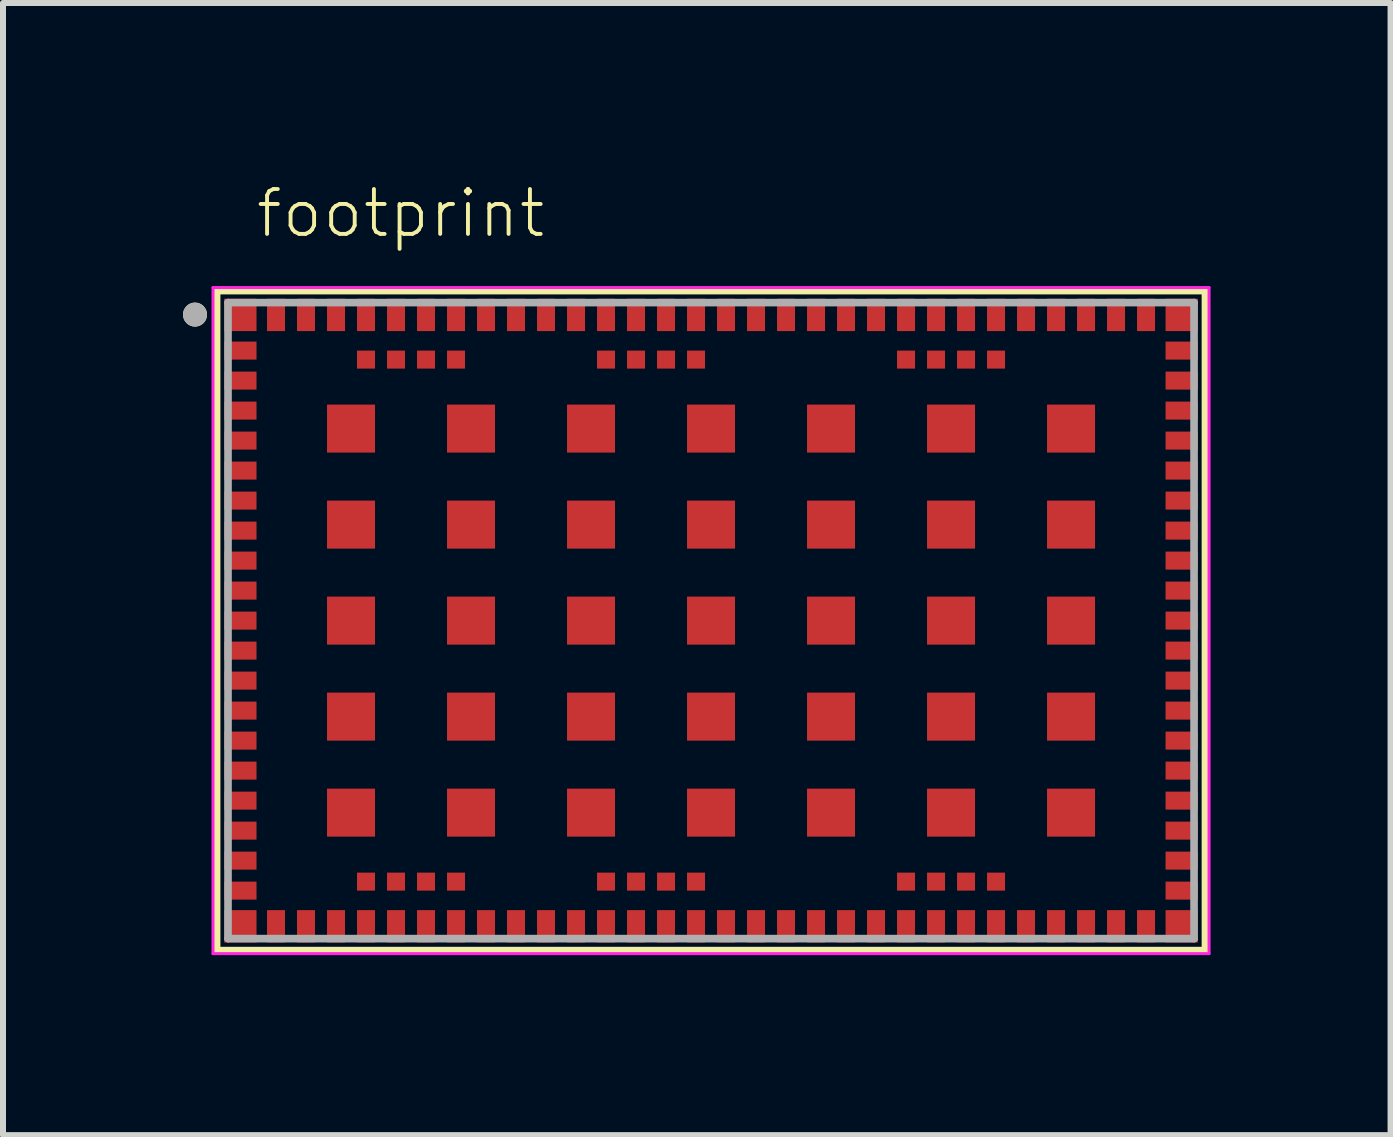
<source format=kicad_pcb>
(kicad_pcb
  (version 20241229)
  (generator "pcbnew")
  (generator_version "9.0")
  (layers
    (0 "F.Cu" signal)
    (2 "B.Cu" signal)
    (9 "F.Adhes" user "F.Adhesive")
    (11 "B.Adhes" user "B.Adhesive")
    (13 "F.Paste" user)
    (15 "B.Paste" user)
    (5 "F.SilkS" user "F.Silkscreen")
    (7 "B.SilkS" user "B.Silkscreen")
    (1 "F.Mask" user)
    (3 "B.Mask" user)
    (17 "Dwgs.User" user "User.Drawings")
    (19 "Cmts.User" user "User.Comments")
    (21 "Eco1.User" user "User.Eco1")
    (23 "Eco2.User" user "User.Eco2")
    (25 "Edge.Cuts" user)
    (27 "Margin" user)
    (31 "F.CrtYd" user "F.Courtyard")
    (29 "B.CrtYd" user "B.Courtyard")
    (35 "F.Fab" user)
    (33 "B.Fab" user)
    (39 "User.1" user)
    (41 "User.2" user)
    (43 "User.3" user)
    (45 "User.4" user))
  (footprint "footprint"
    (layer "F.Cu")
    (at 8.8 7.293)
    (property "Reference" "footprint" (at -7.62 -6.35 0) (layer "F.SilkS") (effects (font (size 0.748 0.748) (thickness 0.065)) (justify left bottom)))
    (fp_poly (pts (xy -8.165 -4.775) (xy -7.525 -4.775) (xy -7.525 -5.415) (xy -8.165 -5.415)) (stroke (width 0) (type solid)) (fill yes) (layer "F.Mask"))
    (fp_poly (pts (xy -8.165 5.415) (xy -7.525 5.415) (xy -7.525 4.775) (xy -8.165 4.775)) (stroke (width 0) (type solid)) (fill yes) (layer "F.Mask"))
    (fp_poly (pts (xy -7.525 -4.3) (xy -7.525 -4.7) (xy -8.165 -4.7) (xy -8.165 -4.3)) (stroke (width 0) (type solid)) (fill yes) (layer "F.Mask"))
    (fp_poly (pts (xy -7.525 -4.3) (xy -7.525 -4.7) (xy -8.165 -4.7) (xy -8.165 -4.3)) (stroke (width 0) (type solid)) (fill yes) (layer "F.Mask"))
    (fp_poly (pts (xy -7.525 -3.8) (xy -7.525 -4.2) (xy -8.165 -4.2) (xy -8.165 -3.8)) (stroke (width 0) (type solid)) (fill yes) (layer "F.Mask"))
    (fp_poly (pts (xy -7.525 -3.3) (xy -7.525 -3.7) (xy -8.165 -3.7) (xy -8.165 -3.3)) (stroke (width 0) (type solid)) (fill yes) (layer "F.Mask"))
    (fp_poly (pts (xy -7.525 -2.8) (xy -7.525 -3.2) (xy -8.165 -3.2) (xy -8.165 -2.8)) (stroke (width 0) (type solid)) (fill yes) (layer "F.Mask"))
    (fp_poly (pts (xy -7.525 -2.3) (xy -7.525 -2.7) (xy -8.165 -2.7) (xy -8.165 -2.3)) (stroke (width 0) (type solid)) (fill yes) (layer "F.Mask"))
    (fp_poly (pts (xy -7.525 -1.8) (xy -7.525 -2.2) (xy -8.165 -2.2) (xy -8.165 -1.8)) (stroke (width 0) (type solid)) (fill yes) (layer "F.Mask"))
    (fp_poly (pts (xy -7.525 -1.3) (xy -7.525 -1.7) (xy -8.165 -1.7) (xy -8.165 -1.3)) (stroke (width 0) (type solid)) (fill yes) (layer "F.Mask"))
    (fp_poly (pts (xy -7.525 -0.8) (xy -7.525 -1.2) (xy -8.165 -1.2) (xy -8.165 -0.8)) (stroke (width 0) (type solid)) (fill yes) (layer "F.Mask"))
    (fp_poly (pts (xy -7.525 -0.3) (xy -7.525 -0.7) (xy -8.165 -0.7) (xy -8.165 -0.3)) (stroke (width 0) (type solid)) (fill yes) (layer "F.Mask"))
    (fp_poly (pts (xy -7.525 0.2) (xy -7.525 -0.2) (xy -8.165 -0.2) (xy -8.165 0.2)) (stroke (width 0) (type solid)) (fill yes) (layer "F.Mask"))
    (fp_poly (pts (xy -7.525 0.7) (xy -7.525 0.3) (xy -8.165 0.3) (xy -8.165 0.7)) (stroke (width 0) (type solid)) (fill yes) (layer "F.Mask"))
    (fp_poly (pts (xy -7.525 1.2) (xy -7.525 0.8) (xy -8.165 0.8) (xy -8.165 1.2)) (stroke (width 0) (type solid)) (fill yes) (layer "F.Mask"))
    (fp_poly (pts (xy -7.525 1.7) (xy -7.525 1.3) (xy -8.165 1.3) (xy -8.165 1.7)) (stroke (width 0) (type solid)) (fill yes) (layer "F.Mask"))
    (fp_poly (pts (xy -7.525 2.2) (xy -7.525 1.8) (xy -8.165 1.8) (xy -8.165 2.2)) (stroke (width 0) (type solid)) (fill yes) (layer "F.Mask"))
    (fp_poly (pts (xy -7.525 2.7) (xy -7.525 2.3) (xy -8.165 2.3) (xy -8.165 2.7)) (stroke (width 0) (type solid)) (fill yes) (layer "F.Mask"))
    (fp_poly (pts (xy -7.525 3.2) (xy -7.525 2.8) (xy -8.165 2.8) (xy -8.165 3.2)) (stroke (width 0) (type solid)) (fill yes) (layer "F.Mask"))
    (fp_poly (pts (xy -7.525 3.7) (xy -7.525 3.3) (xy -8.165 3.3) (xy -8.165 3.7)) (stroke (width 0) (type solid)) (fill yes) (layer "F.Mask"))
    (fp_poly (pts (xy -7.525 4.2) (xy -7.525 3.8) (xy -8.165 3.8) (xy -8.165 4.2)) (stroke (width 0) (type solid)) (fill yes) (layer "F.Mask"))
    (fp_poly (pts (xy -7.525 4.7) (xy -7.525 4.3) (xy -8.165 4.3) (xy -8.165 4.7)) (stroke (width 0) (type solid)) (fill yes) (layer "F.Mask"))
    (fp_poly (pts (xy -7.45 -4.775) (xy -7.05 -4.775) (xy -7.05 -5.415) (xy -7.45 -5.415)) (stroke (width 0) (type solid)) (fill yes) (layer "F.Mask"))
    (fp_poly (pts (xy -7.45 5.415) (xy -7.05 5.415) (xy -7.05 4.775) (xy -7.45 4.775)) (stroke (width 0) (type solid)) (fill yes) (layer "F.Mask"))
    (fp_poly (pts (xy -6.95 -4.775) (xy -6.55 -4.775) (xy -6.55 -5.415) (xy -6.95 -5.415)) (stroke (width 0) (type solid)) (fill yes) (layer "F.Mask"))
    (fp_poly (pts (xy -6.95 5.415) (xy -6.55 5.415) (xy -6.55 4.775) (xy -6.95 4.775)) (stroke (width 0) (type solid)) (fill yes) (layer "F.Mask"))
    (fp_poly (pts (xy -6.45 -4.775) (xy -6.05 -4.775) (xy -6.05 -5.415) (xy -6.45 -5.415)) (stroke (width 0) (type solid)) (fill yes) (layer "F.Mask"))
    (fp_poly (pts (xy -6.45 -2.75) (xy -5.55 -2.75) (xy -5.55 -3.65) (xy -6.45 -3.65)) (stroke (width 0) (type solid)) (fill yes) (layer "F.Mask"))
    (fp_poly (pts (xy -6.45 -1.15) (xy -5.55 -1.15) (xy -5.55 -2.05) (xy -6.45 -2.05)) (stroke (width 0) (type solid)) (fill yes) (layer "F.Mask"))
    (fp_poly (pts (xy -6.45 0.45) (xy -5.55 0.45) (xy -5.55 -0.45) (xy -6.45 -0.45)) (stroke (width 0) (type solid)) (fill yes) (layer "F.Mask"))
    (fp_poly (pts (xy -6.45 2.05) (xy -5.55 2.05) (xy -5.55 1.15) (xy -6.45 1.15)) (stroke (width 0) (type solid)) (fill yes) (layer "F.Mask"))
    (fp_poly (pts (xy -6.45 3.65) (xy -5.55 3.65) (xy -5.55 2.75) (xy -6.45 2.75)) (stroke (width 0) (type solid)) (fill yes) (layer "F.Mask"))
    (fp_poly (pts (xy -6.45 5.415) (xy -6.05 5.415) (xy -6.05 4.775) (xy -6.45 4.775)) (stroke (width 0) (type solid)) (fill yes) (layer "F.Mask"))
    (fp_poly (pts (xy -5.95 -4.775) (xy -5.55 -4.775) (xy -5.55 -5.415) (xy -5.95 -5.415)) (stroke (width 0) (type solid)) (fill yes) (layer "F.Mask"))
    (fp_poly (pts (xy -5.95 -4.15) (xy -5.55 -4.15) (xy -5.55 -4.55) (xy -5.95 -4.55)) (stroke (width 0) (type solid)) (fill yes) (layer "F.Mask"))
    (fp_poly (pts (xy -5.95 4.55) (xy -5.55 4.55) (xy -5.55 4.15) (xy -5.95 4.15)) (stroke (width 0) (type solid)) (fill yes) (layer "F.Mask"))
    (fp_poly (pts (xy -5.95 5.415) (xy -5.55 5.415) (xy -5.55 4.775) (xy -5.95 4.775)) (stroke (width 0) (type solid)) (fill yes) (layer "F.Mask"))
    (fp_poly (pts (xy -5.45 -4.775) (xy -5.05 -4.775) (xy -5.05 -5.415) (xy -5.45 -5.415)) (stroke (width 0) (type solid)) (fill yes) (layer "F.Mask"))
    (fp_poly (pts (xy -5.45 -4.15) (xy -5.05 -4.15) (xy -5.05 -4.55) (xy -5.45 -4.55)) (stroke (width 0) (type solid)) (fill yes) (layer "F.Mask"))
    (fp_poly (pts (xy -5.45 4.55) (xy -5.05 4.55) (xy -5.05 4.15) (xy -5.45 4.15)) (stroke (width 0) (type solid)) (fill yes) (layer "F.Mask"))
    (fp_poly (pts (xy -5.45 5.415) (xy -5.05 5.415) (xy -5.05 4.775) (xy -5.45 4.775)) (stroke (width 0) (type solid)) (fill yes) (layer "F.Mask"))
    (fp_poly (pts (xy -4.95 -4.775) (xy -4.55 -4.775) (xy -4.55 -5.415) (xy -4.95 -5.415)) (stroke (width 0) (type solid)) (fill yes) (layer "F.Mask"))
    (fp_poly (pts (xy -4.95 -4.15) (xy -4.55 -4.15) (xy -4.55 -4.55) (xy -4.95 -4.55)) (stroke (width 0) (type solid)) (fill yes) (layer "F.Mask"))
    (fp_poly (pts (xy -4.95 4.55) (xy -4.55 4.55) (xy -4.55 4.15) (xy -4.95 4.15)) (stroke (width 0) (type solid)) (fill yes) (layer "F.Mask"))
    (fp_poly (pts (xy -4.95 5.415) (xy -4.55 5.415) (xy -4.55 4.775) (xy -4.95 4.775)) (stroke (width 0) (type solid)) (fill yes) (layer "F.Mask"))
    (fp_poly (pts (xy -4.45 -4.775) (xy -4.05 -4.775) (xy -4.05 -5.415) (xy -4.45 -5.415)) (stroke (width 0) (type solid)) (fill yes) (layer "F.Mask"))
    (fp_poly (pts (xy -4.45 -4.15) (xy -4.05 -4.15) (xy -4.05 -4.55) (xy -4.45 -4.55)) (stroke (width 0) (type solid)) (fill yes) (layer "F.Mask"))
    (fp_poly (pts (xy -4.45 -2.75) (xy -3.55 -2.75) (xy -3.55 -3.65) (xy -4.45 -3.65)) (stroke (width 0) (type solid)) (fill yes) (layer "F.Mask"))
    (fp_poly (pts (xy -4.45 -1.15) (xy -3.55 -1.15) (xy -3.55 -2.05) (xy -4.45 -2.05)) (stroke (width 0) (type solid)) (fill yes) (layer "F.Mask"))
    (fp_poly (pts (xy -4.45 0.45) (xy -3.55 0.45) (xy -3.55 -0.45) (xy -4.45 -0.45)) (stroke (width 0) (type solid)) (fill yes) (layer "F.Mask"))
    (fp_poly (pts (xy -4.45 2.05) (xy -3.55 2.05) (xy -3.55 1.15) (xy -4.45 1.15)) (stroke (width 0) (type solid)) (fill yes) (layer "F.Mask"))
    (fp_poly (pts (xy -4.45 3.65) (xy -3.55 3.65) (xy -3.55 2.75) (xy -4.45 2.75)) (stroke (width 0) (type solid)) (fill yes) (layer "F.Mask"))
    (fp_poly (pts (xy -4.45 4.55) (xy -4.05 4.55) (xy -4.05 4.15) (xy -4.45 4.15)) (stroke (width 0) (type solid)) (fill yes) (layer "F.Mask"))
    (fp_poly (pts (xy -4.45 5.415) (xy -4.05 5.415) (xy -4.05 4.775) (xy -4.45 4.775)) (stroke (width 0) (type solid)) (fill yes) (layer "F.Mask"))
    (fp_poly (pts (xy -3.95 -4.775) (xy -3.55 -4.775) (xy -3.55 -5.415) (xy -3.95 -5.415)) (stroke (width 0) (type solid)) (fill yes) (layer "F.Mask"))
    (fp_poly (pts (xy -3.95 5.415) (xy -3.55 5.415) (xy -3.55 4.775) (xy -3.95 4.775)) (stroke (width 0) (type solid)) (fill yes) (layer "F.Mask"))
    (fp_poly (pts (xy -3.45 -4.775) (xy -3.05 -4.775) (xy -3.05 -5.415) (xy -3.45 -5.415)) (stroke (width 0) (type solid)) (fill yes) (layer "F.Mask"))
    (fp_poly (pts (xy -3.45 5.415) (xy -3.05 5.415) (xy -3.05 4.775) (xy -3.45 4.775)) (stroke (width 0) (type solid)) (fill yes) (layer "F.Mask"))
    (fp_poly (pts (xy -2.95 -4.775) (xy -2.55 -4.775) (xy -2.55 -5.415) (xy -2.95 -5.415)) (stroke (width 0) (type solid)) (fill yes) (layer "F.Mask"))
    (fp_poly (pts (xy -2.95 5.415) (xy -2.55 5.415) (xy -2.55 4.775) (xy -2.95 4.775)) (stroke (width 0) (type solid)) (fill yes) (layer "F.Mask"))
    (fp_poly (pts (xy -2.45 -4.775) (xy -2.05 -4.775) (xy -2.05 -5.415) (xy -2.45 -5.415)) (stroke (width 0) (type solid)) (fill yes) (layer "F.Mask"))
    (fp_poly (pts (xy -2.45 -2.75) (xy -1.55 -2.75) (xy -1.55 -3.65) (xy -2.45 -3.65)) (stroke (width 0) (type solid)) (fill yes) (layer "F.Mask"))
    (fp_poly (pts (xy -2.45 -1.15) (xy -1.55 -1.15) (xy -1.55 -2.05) (xy -2.45 -2.05)) (stroke (width 0) (type solid)) (fill yes) (layer "F.Mask"))
    (fp_poly (pts (xy -2.45 0.45) (xy -1.55 0.45) (xy -1.55 -0.45) (xy -2.45 -0.45)) (stroke (width 0) (type solid)) (fill yes) (layer "F.Mask"))
    (fp_poly (pts (xy -2.45 2.05) (xy -1.55 2.05) (xy -1.55 1.15) (xy -2.45 1.15)) (stroke (width 0) (type solid)) (fill yes) (layer "F.Mask"))
    (fp_poly (pts (xy -2.45 3.65) (xy -1.55 3.65) (xy -1.55 2.75) (xy -2.45 2.75)) (stroke (width 0) (type solid)) (fill yes) (layer "F.Mask"))
    (fp_poly (pts (xy -2.45 5.415) (xy -2.05 5.415) (xy -2.05 4.775) (xy -2.45 4.775)) (stroke (width 0) (type solid)) (fill yes) (layer "F.Mask"))
    (fp_poly (pts (xy -1.95 -4.775) (xy -1.55 -4.775) (xy -1.55 -5.415) (xy -1.95 -5.415)) (stroke (width 0) (type solid)) (fill yes) (layer "F.Mask"))
    (fp_poly (pts (xy -1.95 -4.15) (xy -1.55 -4.15) (xy -1.55 -4.55) (xy -1.95 -4.55)) (stroke (width 0) (type solid)) (fill yes) (layer "F.Mask"))
    (fp_poly (pts (xy -1.95 4.55) (xy -1.55 4.55) (xy -1.55 4.15) (xy -1.95 4.15)) (stroke (width 0) (type solid)) (fill yes) (layer "F.Mask"))
    (fp_poly (pts (xy -1.95 5.415) (xy -1.55 5.415) (xy -1.55 4.775) (xy -1.95 4.775)) (stroke (width 0) (type solid)) (fill yes) (layer "F.Mask"))
    (fp_poly (pts (xy -1.45 -4.775) (xy -1.05 -4.775) (xy -1.05 -5.415) (xy -1.45 -5.415)) (stroke (width 0) (type solid)) (fill yes) (layer "F.Mask"))
    (fp_poly (pts (xy -1.45 -4.15) (xy -1.05 -4.15) (xy -1.05 -4.55) (xy -1.45 -4.55)) (stroke (width 0) (type solid)) (fill yes) (layer "F.Mask"))
    (fp_poly (pts (xy -1.45 4.55) (xy -1.05 4.55) (xy -1.05 4.15) (xy -1.45 4.15)) (stroke (width 0) (type solid)) (fill yes) (layer "F.Mask"))
    (fp_poly (pts (xy -1.45 5.415) (xy -1.05 5.415) (xy -1.05 4.775) (xy -1.45 4.775)) (stroke (width 0) (type solid)) (fill yes) (layer "F.Mask"))
    (fp_poly (pts (xy -0.95 -4.775) (xy -0.55 -4.775) (xy -0.55 -5.415) (xy -0.95 -5.415)) (stroke (width 0) (type solid)) (fill yes) (layer "F.Mask"))
    (fp_poly (pts (xy -0.95 -4.15) (xy -0.55 -4.15) (xy -0.55 -4.55) (xy -0.95 -4.55)) (stroke (width 0) (type solid)) (fill yes) (layer "F.Mask"))
    (fp_poly (pts (xy -0.95 4.55) (xy -0.55 4.55) (xy -0.55 4.15) (xy -0.95 4.15)) (stroke (width 0) (type solid)) (fill yes) (layer "F.Mask"))
    (fp_poly (pts (xy -0.95 5.415) (xy -0.55 5.415) (xy -0.55 4.775) (xy -0.95 4.775)) (stroke (width 0) (type solid)) (fill yes) (layer "F.Mask"))
    (fp_poly (pts (xy -0.45 -4.775) (xy -0.05 -4.775) (xy -0.05 -5.415) (xy -0.45 -5.415)) (stroke (width 0) (type solid)) (fill yes) (layer "F.Mask"))
    (fp_poly (pts (xy -0.45 -4.15) (xy -0.05 -4.15) (xy -0.05 -4.55) (xy -0.45 -4.55)) (stroke (width 0) (type solid)) (fill yes) (layer "F.Mask"))
    (fp_poly (pts (xy -0.45 -2.75) (xy 0.45 -2.75) (xy 0.45 -3.65) (xy -0.45 -3.65)) (stroke (width 0) (type solid)) (fill yes) (layer "F.Mask"))
    (fp_poly (pts (xy -0.45 -1.15) (xy 0.45 -1.15) (xy 0.45 -2.05) (xy -0.45 -2.05)) (stroke (width 0) (type solid)) (fill yes) (layer "F.Mask"))
    (fp_poly (pts (xy -0.45 0.45) (xy 0.45 0.45) (xy 0.45 -0.45) (xy -0.45 -0.45)) (stroke (width 0) (type solid)) (fill yes) (layer "F.Mask"))
    (fp_poly (pts (xy -0.45 2.05) (xy 0.45 2.05) (xy 0.45 1.15) (xy -0.45 1.15)) (stroke (width 0) (type solid)) (fill yes) (layer "F.Mask"))
    (fp_poly (pts (xy -0.45 3.65) (xy 0.45 3.65) (xy 0.45 2.75) (xy -0.45 2.75)) (stroke (width 0) (type solid)) (fill yes) (layer "F.Mask"))
    (fp_poly (pts (xy -0.45 4.55) (xy -0.05 4.55) (xy -0.05 4.15) (xy -0.45 4.15)) (stroke (width 0) (type solid)) (fill yes) (layer "F.Mask"))
    (fp_poly (pts (xy -0.45 5.415) (xy -0.05 5.415) (xy -0.05 4.775) (xy -0.45 4.775)) (stroke (width 0) (type solid)) (fill yes) (layer "F.Mask"))
    (fp_poly (pts (xy 0.05 -4.775) (xy 0.45 -4.775) (xy 0.45 -5.415) (xy 0.05 -5.415)) (stroke (width 0) (type solid)) (fill yes) (layer "F.Mask"))
    (fp_poly (pts (xy 0.05 5.415) (xy 0.45 5.415) (xy 0.45 4.775) (xy 0.05 4.775)) (stroke (width 0) (type solid)) (fill yes) (layer "F.Mask"))
    (fp_poly (pts (xy 0.55 -4.775) (xy 0.95 -4.775) (xy 0.95 -5.415) (xy 0.55 -5.415)) (stroke (width 0) (type solid)) (fill yes) (layer "F.Mask"))
    (fp_poly (pts (xy 0.55 5.415) (xy 0.95 5.415) (xy 0.95 4.775) (xy 0.55 4.775)) (stroke (width 0) (type solid)) (fill yes) (layer "F.Mask"))
    (fp_poly (pts (xy 1.05 -4.775) (xy 1.45 -4.775) (xy 1.45 -5.415) (xy 1.05 -5.415)) (stroke (width 0) (type solid)) (fill yes) (layer "F.Mask"))
    (fp_poly (pts (xy 1.05 5.415) (xy 1.45 5.415) (xy 1.45 4.775) (xy 1.05 4.775)) (stroke (width 0) (type solid)) (fill yes) (layer "F.Mask"))
    (fp_poly (pts (xy 1.55 -4.775) (xy 1.95 -4.775) (xy 1.95 -5.415) (xy 1.55 -5.415)) (stroke (width 0) (type solid)) (fill yes) (layer "F.Mask"))
    (fp_poly (pts (xy 1.55 -2.75) (xy 2.45 -2.75) (xy 2.45 -3.65) (xy 1.55 -3.65)) (stroke (width 0) (type solid)) (fill yes) (layer "F.Mask"))
    (fp_poly (pts (xy 1.55 -1.15) (xy 2.45 -1.15) (xy 2.45 -2.05) (xy 1.55 -2.05)) (stroke (width 0) (type solid)) (fill yes) (layer "F.Mask"))
    (fp_poly (pts (xy 1.55 0.45) (xy 2.45 0.45) (xy 2.45 -0.45) (xy 1.55 -0.45)) (stroke (width 0) (type solid)) (fill yes) (layer "F.Mask"))
    (fp_poly (pts (xy 1.55 2.05) (xy 2.45 2.05) (xy 2.45 1.15) (xy 1.55 1.15)) (stroke (width 0) (type solid)) (fill yes) (layer "F.Mask"))
    (fp_poly (pts (xy 1.55 3.65) (xy 2.45 3.65) (xy 2.45 2.75) (xy 1.55 2.75)) (stroke (width 0) (type solid)) (fill yes) (layer "F.Mask"))
    (fp_poly (pts (xy 1.55 5.415) (xy 1.95 5.415) (xy 1.95 4.775) (xy 1.55 4.775)) (stroke (width 0) (type solid)) (fill yes) (layer "F.Mask"))
    (fp_poly (pts (xy 2.05 -4.775) (xy 2.45 -4.775) (xy 2.45 -5.415) (xy 2.05 -5.415)) (stroke (width 0) (type solid)) (fill yes) (layer "F.Mask"))
    (fp_poly (pts (xy 2.05 5.415) (xy 2.45 5.415) (xy 2.45 4.775) (xy 2.05 4.775)) (stroke (width 0) (type solid)) (fill yes) (layer "F.Mask"))
    (fp_poly (pts (xy 2.55 -4.775) (xy 2.95 -4.775) (xy 2.95 -5.415) (xy 2.55 -5.415)) (stroke (width 0) (type solid)) (fill yes) (layer "F.Mask"))
    (fp_poly (pts (xy 2.55 5.415) (xy 2.95 5.415) (xy 2.95 4.775) (xy 2.55 4.775)) (stroke (width 0) (type solid)) (fill yes) (layer "F.Mask"))
    (fp_poly (pts (xy 3.05 -4.775) (xy 3.45 -4.775) (xy 3.45 -5.415) (xy 3.05 -5.415)) (stroke (width 0) (type solid)) (fill yes) (layer "F.Mask"))
    (fp_poly (pts (xy 3.05 -4.15) (xy 3.45 -4.15) (xy 3.45 -4.55) (xy 3.05 -4.55)) (stroke (width 0) (type solid)) (fill yes) (layer "F.Mask"))
    (fp_poly (pts (xy 3.05 4.55) (xy 3.45 4.55) (xy 3.45 4.15) (xy 3.05 4.15)) (stroke (width 0) (type solid)) (fill yes) (layer "F.Mask"))
    (fp_poly (pts (xy 3.05 5.415) (xy 3.45 5.415) (xy 3.45 4.775) (xy 3.05 4.775)) (stroke (width 0) (type solid)) (fill yes) (layer "F.Mask"))
    (fp_poly (pts (xy 3.55 -4.775) (xy 3.95 -4.775) (xy 3.95 -5.415) (xy 3.55 -5.415)) (stroke (width 0) (type solid)) (fill yes) (layer "F.Mask"))
    (fp_poly (pts (xy 3.55 -4.15) (xy 3.95 -4.15) (xy 3.95 -4.55) (xy 3.55 -4.55)) (stroke (width 0) (type solid)) (fill yes) (layer "F.Mask"))
    (fp_poly (pts (xy 3.55 -2.75) (xy 4.45 -2.75) (xy 4.45 -3.65) (xy 3.55 -3.65)) (stroke (width 0) (type solid)) (fill yes) (layer "F.Mask"))
    (fp_poly (pts (xy 3.55 -1.15) (xy 4.45 -1.15) (xy 4.45 -2.05) (xy 3.55 -2.05)) (stroke (width 0) (type solid)) (fill yes) (layer "F.Mask"))
    (fp_poly (pts (xy 3.55 0.45) (xy 4.45 0.45) (xy 4.45 -0.45) (xy 3.55 -0.45)) (stroke (width 0) (type solid)) (fill yes) (layer "F.Mask"))
    (fp_poly (pts (xy 3.55 2.05) (xy 4.45 2.05) (xy 4.45 1.15) (xy 3.55 1.15)) (stroke (width 0) (type solid)) (fill yes) (layer "F.Mask"))
    (fp_poly (pts (xy 3.55 3.65) (xy 4.45 3.65) (xy 4.45 2.75) (xy 3.55 2.75)) (stroke (width 0) (type solid)) (fill yes) (layer "F.Mask"))
    (fp_poly (pts (xy 3.55 4.55) (xy 3.95 4.55) (xy 3.95 4.15) (xy 3.55 4.15)) (stroke (width 0) (type solid)) (fill yes) (layer "F.Mask"))
    (fp_poly (pts (xy 3.55 5.415) (xy 3.95 5.415) (xy 3.95 4.775) (xy 3.55 4.775)) (stroke (width 0) (type solid)) (fill yes) (layer "F.Mask"))
    (fp_poly (pts (xy 4.05 -4.775) (xy 4.45 -4.775) (xy 4.45 -5.415) (xy 4.05 -5.415)) (stroke (width 0) (type solid)) (fill yes) (layer "F.Mask"))
    (fp_poly (pts (xy 4.05 -4.15) (xy 4.45 -4.15) (xy 4.45 -4.55) (xy 4.05 -4.55)) (stroke (width 0) (type solid)) (fill yes) (layer "F.Mask"))
    (fp_poly (pts (xy 4.05 4.55) (xy 4.45 4.55) (xy 4.45 4.15) (xy 4.05 4.15)) (stroke (width 0) (type solid)) (fill yes) (layer "F.Mask"))
    (fp_poly (pts (xy 4.05 5.415) (xy 4.45 5.415) (xy 4.45 4.775) (xy 4.05 4.775)) (stroke (width 0) (type solid)) (fill yes) (layer "F.Mask"))
    (fp_poly (pts (xy 4.55 -4.775) (xy 4.95 -4.775) (xy 4.95 -5.415) (xy 4.55 -5.415)) (stroke (width 0) (type solid)) (fill yes) (layer "F.Mask"))
    (fp_poly (pts (xy 4.55 -4.15) (xy 4.95 -4.15) (xy 4.95 -4.55) (xy 4.55 -4.55)) (stroke (width 0) (type solid)) (fill yes) (layer "F.Mask"))
    (fp_poly (pts (xy 4.55 4.55) (xy 4.95 4.55) (xy 4.95 4.15) (xy 4.55 4.15)) (stroke (width 0) (type solid)) (fill yes) (layer "F.Mask"))
    (fp_poly (pts (xy 4.55 5.415) (xy 4.95 5.415) (xy 4.95 4.775) (xy 4.55 4.775)) (stroke (width 0) (type solid)) (fill yes) (layer "F.Mask"))
    (fp_poly (pts (xy 5.05 -4.775) (xy 5.45 -4.775) (xy 5.45 -5.415) (xy 5.05 -5.415)) (stroke (width 0) (type solid)) (fill yes) (layer "F.Mask"))
    (fp_poly (pts (xy 5.05 5.415) (xy 5.45 5.415) (xy 5.45 4.775) (xy 5.05 4.775)) (stroke (width 0) (type solid)) (fill yes) (layer "F.Mask"))
    (fp_poly (pts (xy 5.55 -4.775) (xy 5.95 -4.775) (xy 5.95 -5.415) (xy 5.55 -5.415)) (stroke (width 0) (type solid)) (fill yes) (layer "F.Mask"))
    (fp_poly (pts (xy 5.55 -2.75) (xy 6.45 -2.75) (xy 6.45 -3.65) (xy 5.55 -3.65)) (stroke (width 0) (type solid)) (fill yes) (layer "F.Mask"))
    (fp_poly (pts (xy 5.55 -1.15) (xy 6.45 -1.15) (xy 6.45 -2.05) (xy 5.55 -2.05)) (stroke (width 0) (type solid)) (fill yes) (layer "F.Mask"))
    (fp_poly (pts (xy 5.55 0.45) (xy 6.45 0.45) (xy 6.45 -0.45) (xy 5.55 -0.45)) (stroke (width 0) (type solid)) (fill yes) (layer "F.Mask"))
    (fp_poly (pts (xy 5.55 2.05) (xy 6.45 2.05) (xy 6.45 1.15) (xy 5.55 1.15)) (stroke (width 0) (type solid)) (fill yes) (layer "F.Mask"))
    (fp_poly (pts (xy 5.55 3.65) (xy 6.45 3.65) (xy 6.45 2.75) (xy 5.55 2.75)) (stroke (width 0) (type solid)) (fill yes) (layer "F.Mask"))
    (fp_poly (pts (xy 5.55 5.415) (xy 5.95 5.415) (xy 5.95 4.775) (xy 5.55 4.775)) (stroke (width 0) (type solid)) (fill yes) (layer "F.Mask"))
    (fp_poly (pts (xy 6.05 -4.775) (xy 6.45 -4.775) (xy 6.45 -5.415) (xy 6.05 -5.415)) (stroke (width 0) (type solid)) (fill yes) (layer "F.Mask"))
    (fp_poly (pts (xy 6.05 5.415) (xy 6.45 5.415) (xy 6.45 4.775) (xy 6.05 4.775)) (stroke (width 0) (type solid)) (fill yes) (layer "F.Mask"))
    (fp_poly (pts (xy 6.55 -4.775) (xy 6.95 -4.775) (xy 6.95 -5.415) (xy 6.55 -5.415)) (stroke (width 0) (type solid)) (fill yes) (layer "F.Mask"))
    (fp_poly (pts (xy 6.55 5.415) (xy 6.95 5.415) (xy 6.95 4.775) (xy 6.55 4.775)) (stroke (width 0) (type solid)) (fill yes) (layer "F.Mask"))
    (fp_poly (pts (xy 7.05 -4.775) (xy 7.45 -4.775) (xy 7.45 -5.415) (xy 7.05 -5.415)) (stroke (width 0) (type solid)) (fill yes) (layer "F.Mask"))
    (fp_poly (pts (xy 7.05 5.415) (xy 7.45 5.415) (xy 7.45 4.775) (xy 7.05 4.775)) (stroke (width 0) (type solid)) (fill yes) (layer "F.Mask"))
    (fp_poly (pts (xy 7.525 -4.775) (xy 8.165 -4.775) (xy 8.165 -5.415) (xy 7.525 -5.415)) (stroke (width 0) (type solid)) (fill yes) (layer "F.Mask"))
    (fp_poly (pts (xy 7.525 5.415) (xy 8.165 5.415) (xy 8.165 4.775) (xy 7.525 4.775)) (stroke (width 0) (type solid)) (fill yes) (layer "F.Mask"))
    (fp_poly (pts (xy 8.165 -4.3) (xy 8.165 -4.7) (xy 7.525 -4.7) (xy 7.525 -4.3)) (stroke (width 0) (type solid)) (fill yes) (layer "F.Mask"))
    (fp_poly (pts (xy 8.165 -3.8) (xy 8.165 -4.2) (xy 7.525 -4.2) (xy 7.525 -3.8)) (stroke (width 0) (type solid)) (fill yes) (layer "F.Mask"))
    (fp_poly (pts (xy 8.165 -3.3) (xy 8.165 -3.7) (xy 7.525 -3.7) (xy 7.525 -3.3)) (stroke (width 0) (type solid)) (fill yes) (layer "F.Mask"))
    (fp_poly (pts (xy 8.165 -2.8) (xy 8.165 -3.2) (xy 7.525 -3.2) (xy 7.525 -2.8)) (stroke (width 0) (type solid)) (fill yes) (layer "F.Mask"))
    (fp_poly (pts (xy 8.165 -2.3) (xy 8.165 -2.7) (xy 7.525 -2.7) (xy 7.525 -2.3)) (stroke (width 0) (type solid)) (fill yes) (layer "F.Mask"))
    (fp_poly (pts (xy 8.165 -1.8) (xy 8.165 -2.2) (xy 7.525 -2.2) (xy 7.525 -1.8)) (stroke (width 0) (type solid)) (fill yes) (layer "F.Mask"))
    (fp_poly (pts (xy 8.165 -1.3) (xy 8.165 -1.7) (xy 7.525 -1.7) (xy 7.525 -1.3)) (stroke (width 0) (type solid)) (fill yes) (layer "F.Mask"))
    (fp_poly (pts (xy 8.165 -0.8) (xy 8.165 -1.2) (xy 7.525 -1.2) (xy 7.525 -0.8)) (stroke (width 0) (type solid)) (fill yes) (layer "F.Mask"))
    (fp_poly (pts (xy 8.165 -0.3) (xy 8.165 -0.7) (xy 7.525 -0.7) (xy 7.525 -0.3)) (stroke (width 0) (type solid)) (fill yes) (layer "F.Mask"))
    (fp_poly (pts (xy 8.165 0.2) (xy 8.165 -0.2) (xy 7.525 -0.2) (xy 7.525 0.2)) (stroke (width 0) (type solid)) (fill yes) (layer "F.Mask"))
    (fp_poly (pts (xy 8.165 0.7) (xy 8.165 0.3) (xy 7.525 0.3) (xy 7.525 0.7)) (stroke (width 0) (type solid)) (fill yes) (layer "F.Mask"))
    (fp_poly (pts (xy 8.165 1.2) (xy 8.165 0.8) (xy 7.525 0.8) (xy 7.525 1.2)) (stroke (width 0) (type solid)) (fill yes) (layer "F.Mask"))
    (fp_poly (pts (xy 8.165 1.7) (xy 8.165 1.3) (xy 7.525 1.3) (xy 7.525 1.7)) (stroke (width 0) (type solid)) (fill yes) (layer "F.Mask"))
    (fp_poly (pts (xy 8.165 2.2) (xy 8.165 1.8) (xy 7.525 1.8) (xy 7.525 2.2)) (stroke (width 0) (type solid)) (fill yes) (layer "F.Mask"))
    (fp_poly (pts (xy 8.165 2.7) (xy 8.165 2.3) (xy 7.525 2.3) (xy 7.525 2.7)) (stroke (width 0) (type solid)) (fill yes) (layer "F.Mask"))
    (fp_poly (pts (xy 8.165 3.2) (xy 8.165 2.8) (xy 7.525 2.8) (xy 7.525 3.2)) (stroke (width 0) (type solid)) (fill yes) (layer "F.Mask"))
    (fp_poly (pts (xy 8.165 3.7) (xy 8.165 3.3) (xy 7.525 3.3) (xy 7.525 3.7)) (stroke (width 0) (type solid)) (fill yes) (layer "F.Mask"))
    (fp_poly (pts (xy 8.165 4.2) (xy 8.165 3.8) (xy 7.525 3.8) (xy 7.525 4.2)) (stroke (width 0) (type solid)) (fill yes) (layer "F.Mask"))
    (fp_poly (pts (xy 8.165 4.7) (xy 8.165 4.3) (xy 7.525 4.3) (xy 7.525 4.7)) (stroke (width 0) (type solid)) (fill yes) (layer "F.Mask"))
    (fp_line (start -8.24 -5.5) (end 8.24 -5.5) (stroke (width 0.127) (type solid)) (layer "F.SilkS"))
    (fp_line (start -8.24 5.5) (end -8.24 -5.5) (stroke (width 0.127) (type solid)) (layer "F.SilkS"))
    (fp_line (start 8.24 -5.5) (end 8.24 5.5) (stroke (width 0.127) (type solid)) (layer "F.SilkS"))
    (fp_line (start 8.24 5.5) (end -8.24 5.5) (stroke (width 0.127) (type solid)) (layer "F.SilkS"))
    (fp_circle (center -8.6 -5.1) (end -8.5 -5.1) (stroke (width 0.2) (type solid)) (fill no) (layer "F.SilkS"))
    (fp_poly (pts (xy -8.045 -4.895) (xy -7.645 -4.895) (xy -7.645 -5.295) (xy -8.045 -5.295)) (stroke (width 0) (type solid)) (fill yes) (layer "F.Paste"))
    (fp_poly (pts (xy -8.045 5.295) (xy -7.645 5.295) (xy -7.645 4.895) (xy -8.045 4.895)) (stroke (width 0) (type solid)) (fill yes) (layer "F.Paste"))
    (fp_poly (pts (xy -6.285 -2.915) (xy -5.715 -2.915) (xy -5.715 -3.485) (xy -6.285 -3.485)) (stroke (width 0) (type solid)) (fill yes) (layer "F.Paste"))
    (fp_poly (pts (xy -6.285 -1.315) (xy -5.715 -1.315) (xy -5.715 -1.885) (xy -6.285 -1.885)) (stroke (width 0) (type solid)) (fill yes) (layer "F.Paste"))
    (fp_poly (pts (xy -6.285 0.285) (xy -5.715 0.285) (xy -5.715 -0.285) (xy -6.285 -0.285)) (stroke (width 0) (type solid)) (fill yes) (layer "F.Paste"))
    (fp_poly (pts (xy -6.285 1.885) (xy -5.715 1.885) (xy -5.715 1.315) (xy -6.285 1.315)) (stroke (width 0) (type solid)) (fill yes) (layer "F.Paste"))
    (fp_poly (pts (xy -6.285 3.485) (xy -5.715 3.485) (xy -5.715 2.915) (xy -6.285 2.915)) (stroke (width 0) (type solid)) (fill yes) (layer "F.Paste"))
    (fp_poly (pts (xy -4.285 -2.915) (xy -3.715 -2.915) (xy -3.715 -3.485) (xy -4.285 -3.485)) (stroke (width 0) (type solid)) (fill yes) (layer "F.Paste"))
    (fp_poly (pts (xy -4.285 -1.315) (xy -3.715 -1.315) (xy -3.715 -1.885) (xy -4.285 -1.885)) (stroke (width 0) (type solid)) (fill yes) (layer "F.Paste"))
    (fp_poly (pts (xy -4.285 0.285) (xy -3.715 0.285) (xy -3.715 -0.285) (xy -4.285 -0.285)) (stroke (width 0) (type solid)) (fill yes) (layer "F.Paste"))
    (fp_poly (pts (xy -4.285 1.885) (xy -3.715 1.885) (xy -3.715 1.315) (xy -4.285 1.315)) (stroke (width 0) (type solid)) (fill yes) (layer "F.Paste"))
    (fp_poly (pts (xy -4.285 3.485) (xy -3.715 3.485) (xy -3.715 2.915) (xy -4.285 2.915)) (stroke (width 0) (type solid)) (fill yes) (layer "F.Paste"))
    (fp_poly (pts (xy -2.285 -2.915) (xy -1.715 -2.915) (xy -1.715 -3.485) (xy -2.285 -3.485)) (stroke (width 0) (type solid)) (fill yes) (layer "F.Paste"))
    (fp_poly (pts (xy -2.285 -1.315) (xy -1.715 -1.315) (xy -1.715 -1.885) (xy -2.285 -1.885)) (stroke (width 0) (type solid)) (fill yes) (layer "F.Paste"))
    (fp_poly (pts (xy -2.285 0.285) (xy -1.715 0.285) (xy -1.715 -0.285) (xy -2.285 -0.285)) (stroke (width 0) (type solid)) (fill yes) (layer "F.Paste"))
    (fp_poly (pts (xy -2.285 1.885) (xy -1.715 1.885) (xy -1.715 1.315) (xy -2.285 1.315)) (stroke (width 0) (type solid)) (fill yes) (layer "F.Paste"))
    (fp_poly (pts (xy -2.285 3.485) (xy -1.715 3.485) (xy -1.715 2.915) (xy -2.285 2.915)) (stroke (width 0) (type solid)) (fill yes) (layer "F.Paste"))
    (fp_poly (pts (xy -0.285 -2.915) (xy 0.285 -2.915) (xy 0.285 -3.485) (xy -0.285 -3.485)) (stroke (width 0) (type solid)) (fill yes) (layer "F.Paste"))
    (fp_poly (pts (xy -0.285 -1.315) (xy 0.285 -1.315) (xy 0.285 -1.885) (xy -0.285 -1.885)) (stroke (width 0) (type solid)) (fill yes) (layer "F.Paste"))
    (fp_poly (pts (xy -0.285 0.285) (xy 0.285 0.285) (xy 0.285 -0.285) (xy -0.285 -0.285)) (stroke (width 0) (type solid)) (fill yes) (layer "F.Paste"))
    (fp_poly (pts (xy -0.285 1.885) (xy 0.285 1.885) (xy 0.285 1.315) (xy -0.285 1.315)) (stroke (width 0) (type solid)) (fill yes) (layer "F.Paste"))
    (fp_poly (pts (xy -0.285 3.485) (xy 0.285 3.485) (xy 0.285 2.915) (xy -0.285 2.915)) (stroke (width 0) (type solid)) (fill yes) (layer "F.Paste"))
    (fp_poly (pts (xy 1.715 -2.915) (xy 2.285 -2.915) (xy 2.285 -3.485) (xy 1.715 -3.485)) (stroke (width 0) (type solid)) (fill yes) (layer "F.Paste"))
    (fp_poly (pts (xy 1.715 -1.315) (xy 2.285 -1.315) (xy 2.285 -1.885) (xy 1.715 -1.885)) (stroke (width 0) (type solid)) (fill yes) (layer "F.Paste"))
    (fp_poly (pts (xy 1.715 0.285) (xy 2.285 0.285) (xy 2.285 -0.285) (xy 1.715 -0.285)) (stroke (width 0) (type solid)) (fill yes) (layer "F.Paste"))
    (fp_poly (pts (xy 1.715 1.885) (xy 2.285 1.885) (xy 2.285 1.315) (xy 1.715 1.315)) (stroke (width 0) (type solid)) (fill yes) (layer "F.Paste"))
    (fp_poly (pts (xy 1.715 3.485) (xy 2.285 3.485) (xy 2.285 2.915) (xy 1.715 2.915)) (stroke (width 0) (type solid)) (fill yes) (layer "F.Paste"))
    (fp_poly (pts (xy 3.715 -2.915) (xy 4.285 -2.915) (xy 4.285 -3.485) (xy 3.715 -3.485)) (stroke (width 0) (type solid)) (fill yes) (layer "F.Paste"))
    (fp_poly (pts (xy 3.715 -1.315) (xy 4.285 -1.315) (xy 4.285 -1.885) (xy 3.715 -1.885)) (stroke (width 0) (type solid)) (fill yes) (layer "F.Paste"))
    (fp_poly (pts (xy 3.715 0.285) (xy 4.285 0.285) (xy 4.285 -0.285) (xy 3.715 -0.285)) (stroke (width 0) (type solid)) (fill yes) (layer "F.Paste"))
    (fp_poly (pts (xy 3.715 1.885) (xy 4.285 1.885) (xy 4.285 1.315) (xy 3.715 1.315)) (stroke (width 0) (type solid)) (fill yes) (layer "F.Paste"))
    (fp_poly (pts (xy 3.715 3.485) (xy 4.285 3.485) (xy 4.285 2.915) (xy 3.715 2.915)) (stroke (width 0) (type solid)) (fill yes) (layer "F.Paste"))
    (fp_poly (pts (xy 5.715 -2.915) (xy 6.285 -2.915) (xy 6.285 -3.485) (xy 5.715 -3.485)) (stroke (width 0) (type solid)) (fill yes) (layer "F.Paste"))
    (fp_poly (pts (xy 5.715 -1.315) (xy 6.285 -1.315) (xy 6.285 -1.885) (xy 5.715 -1.885)) (stroke (width 0) (type solid)) (fill yes) (layer "F.Paste"))
    (fp_poly (pts (xy 5.715 0.285) (xy 6.285 0.285) (xy 6.285 -0.285) (xy 5.715 -0.285)) (stroke (width 0) (type solid)) (fill yes) (layer "F.Paste"))
    (fp_poly (pts (xy 5.715 1.885) (xy 6.285 1.885) (xy 6.285 1.315) (xy 5.715 1.315)) (stroke (width 0) (type solid)) (fill yes) (layer "F.Paste"))
    (fp_poly (pts (xy 5.715 3.485) (xy 6.285 3.485) (xy 6.285 2.915) (xy 5.715 2.915)) (stroke (width 0) (type solid)) (fill yes) (layer "F.Paste"))
    (fp_poly (pts (xy 7.645 -4.895) (xy 8.045 -4.895) (xy 8.045 -5.295) (xy 7.645 -5.295)) (stroke (width 0) (type solid)) (fill yes) (layer "F.Paste"))
    (fp_poly (pts (xy 7.645 5.295) (xy 8.045 5.295) (xy 8.045 4.895) (xy 7.645 4.895)) (stroke (width 0) (type solid)) (fill yes) (layer "F.Paste"))
    (fp_line (start -8.3 -5.55) (end 8.3 -5.55) (stroke (width 0.05) (type solid)) (layer "F.CrtYd"))
    (fp_line (start -8.3 5.55) (end -8.3 -5.55) (stroke (width 0.05) (type solid)) (layer "F.CrtYd"))
    (fp_line (start 8.3 -5.55) (end 8.3 5.55) (stroke (width 0.05) (type solid)) (layer "F.CrtYd"))
    (fp_line (start 8.3 5.55) (end -8.3 5.55) (stroke (width 0.05) (type solid)) (layer "F.CrtYd"))
    (fp_line (start -8.05 -5.3) (end 8.05 -5.3) (stroke (width 0.127) (type solid)) (layer "F.Fab"))
    (fp_line (start -8.05 5.3) (end -8.05 -5.3) (stroke (width 0.127) (type solid)) (layer "F.Fab"))
    (fp_line (start 8.05 -5.3) (end 8.05 5.3) (stroke (width 0.127) (type solid)) (layer "F.Fab"))
    (fp_line (start 8.05 5.3) (end -8.05 5.3) (stroke (width 0.127) (type solid)) (layer "F.Fab"))
    (fp_circle (center -8.6 -5.1) (end -8.5 -5.1) (stroke (width 0.2) (type solid)) (fill no) (layer "F.Fab"))
    (pad "1" smd rect (at -7.845 -5.095) (size 0.54 0.54) (layers "F.Cu"))
    (pad "2" smd rect (at -7.845 -4.5) (size 0.54 0.3) (layers "F.Cu" "F.Paste"))
    (pad "3" smd rect (at -7.845 -4) (size 0.54 0.3) (layers "F.Cu" "F.Paste"))
    (pad "4" smd rect (at -7.845 -3.5) (size 0.54 0.3) (layers "F.Cu" "F.Paste"))
    (pad "5" smd rect (at -7.845 -3) (size 0.54 0.3) (layers "F.Cu" "F.Paste"))
    (pad "6" smd rect (at -7.845 -2.5) (size 0.54 0.3) (layers "F.Cu" "F.Paste"))
    (pad "7" smd rect (at -7.845 -2) (size 0.54 0.3) (layers "F.Cu" "F.Paste"))
    (pad "8" smd rect (at -7.845 -1.5) (size 0.54 0.3) (layers "F.Cu" "F.Paste"))
    (pad "9" smd rect (at -7.845 -1) (size 0.54 0.3) (layers "F.Cu" "F.Paste"))
    (pad "10" smd rect (at -7.845 -0.5) (size 0.54 0.3) (layers "F.Cu" "F.Paste"))
    (pad "11" smd rect (at -7.845 0) (size 0.54 0.3) (layers "F.Cu" "F.Paste"))
    (pad "12" smd rect (at -7.845 0.5) (size 0.54 0.3) (layers "F.Cu" "F.Paste"))
    (pad "13" smd rect (at -7.845 1) (size 0.54 0.3) (layers "F.Cu" "F.Paste"))
    (pad "14" smd rect (at -7.845 1.5) (size 0.54 0.3) (layers "F.Cu" "F.Paste"))
    (pad "15" smd rect (at -7.845 2) (size 0.54 0.3) (layers "F.Cu" "F.Paste"))
    (pad "16" smd rect (at -7.845 2.5) (size 0.54 0.3) (layers "F.Cu" "F.Paste"))
    (pad "17" smd rect (at -7.845 3) (size 0.54 0.3) (layers "F.Cu" "F.Paste"))
    (pad "18" smd rect (at -7.845 3.5) (size 0.54 0.3) (layers "F.Cu" "F.Paste"))
    (pad "19" smd rect (at -7.845 4) (size 0.54 0.3) (layers "F.Cu" "F.Paste"))
    (pad "20" smd rect (at -7.845 4.5) (size 0.54 0.3) (layers "F.Cu" "F.Paste"))
    (pad "21" smd rect (at -7.845 5.095) (size 0.54 0.54) (layers "F.Cu"))
    (pad "22" smd rect (at -7.25 5.095) (size 0.3 0.54) (layers "F.Cu" "F.Paste"))
    (pad "23" smd rect (at -6.75 5.095) (size 0.3 0.54) (layers "F.Cu" "F.Paste"))
    (pad "24" smd rect (at -6.25 5.095) (size 0.3 0.54) (layers "F.Cu" "F.Paste"))
    (pad "25" smd rect (at -5.75 5.095) (size 0.3 0.54) (layers "F.Cu" "F.Paste"))
    (pad "26" smd rect (at -5.25 5.095) (size 0.3 0.54) (layers "F.Cu" "F.Paste"))
    (pad "27" smd rect (at -4.75 5.095) (size 0.3 0.54) (layers "F.Cu" "F.Paste"))
    (pad "28" smd rect (at -4.25 5.095) (size 0.3 0.54) (layers "F.Cu" "F.Paste"))
    (pad "29" smd rect (at -3.75 5.095) (size 0.3 0.54) (layers "F.Cu" "F.Paste"))
    (pad "30" smd rect (at -3.25 5.095) (size 0.3 0.54) (layers "F.Cu" "F.Paste"))
    (pad "31" smd rect (at -2.75 5.095) (size 0.3 0.54) (layers "F.Cu" "F.Paste"))
    (pad "32" smd rect (at -2.25 5.095) (size 0.3 0.54) (layers "F.Cu" "F.Paste"))
    (pad "33" smd rect (at -1.75 5.095) (size 0.3 0.54) (layers "F.Cu" "F.Paste"))
    (pad "34" smd rect (at -1.25 5.095) (size 0.3 0.54) (layers "F.Cu" "F.Paste"))
    (pad "35" smd rect (at -0.75 5.095) (size 0.3 0.54) (layers "F.Cu" "F.Paste"))
    (pad "36" smd rect (at -0.25 5.095) (size 0.3 0.54) (layers "F.Cu" "F.Paste"))
    (pad "37" smd rect (at 0.25 5.095) (size 0.3 0.54) (layers "F.Cu" "F.Paste"))
    (pad "38" smd rect (at 0.75 5.095) (size 0.3 0.54) (layers "F.Cu" "F.Paste"))
    (pad "39" smd rect (at 1.25 5.095) (size 0.3 0.54) (layers "F.Cu" "F.Paste"))
    (pad "40" smd rect (at 1.75 5.095) (size 0.3 0.54) (layers "F.Cu" "F.Paste"))
    (pad "41" smd rect (at 2.25 5.095) (size 0.3 0.54) (layers "F.Cu" "F.Paste"))
    (pad "42" smd rect (at 2.75 5.095) (size 0.3 0.54) (layers "F.Cu" "F.Paste"))
    (pad "43" smd rect (at 3.25 5.095) (size 0.3 0.54) (layers "F.Cu" "F.Paste"))
    (pad "44" smd rect (at 3.75 5.095) (size 0.3 0.54) (layers "F.Cu" "F.Paste"))
    (pad "45" smd rect (at 4.25 5.095) (size 0.3 0.54) (layers "F.Cu" "F.Paste"))
    (pad "46" smd rect (at 4.75 5.095) (size 0.3 0.54) (layers "F.Cu" "F.Paste"))
    (pad "47" smd rect (at 5.25 5.095) (size 0.3 0.54) (layers "F.Cu" "F.Paste"))
    (pad "48" smd rect (at 5.75 5.095) (size 0.3 0.54) (layers "F.Cu" "F.Paste"))
    (pad "49" smd rect (at 6.25 5.095) (size 0.3 0.54) (layers "F.Cu" "F.Paste"))
    (pad "50" smd rect (at 6.75 5.095) (size 0.3 0.54) (layers "F.Cu" "F.Paste"))
    (pad "51" smd rect (at 7.25 5.095) (size 0.3 0.54) (layers "F.Cu" "F.Paste"))
    (pad "52" smd rect (at 7.845 5.095) (size 0.54 0.54) (layers "F.Cu"))
    (pad "53" smd rect (at 7.845 4.5) (size 0.54 0.3) (layers "F.Cu" "F.Paste"))
    (pad "54" smd rect (at 7.845 4) (size 0.54 0.3) (layers "F.Cu" "F.Paste"))
    (pad "55" smd rect (at 7.845 3.5) (size 0.54 0.3) (layers "F.Cu" "F.Paste"))
    (pad "56" smd rect (at 7.845 3) (size 0.54 0.3) (layers "F.Cu" "F.Paste"))
    (pad "57" smd rect (at 7.845 2.5) (size 0.54 0.3) (layers "F.Cu" "F.Paste"))
    (pad "58" smd rect (at 7.845 2) (size 0.54 0.3) (layers "F.Cu" "F.Paste"))
    (pad "59" smd rect (at 7.845 1.5) (size 0.54 0.3) (layers "F.Cu" "F.Paste"))
    (pad "60" smd rect (at 7.845 1) (size 0.54 0.3) (layers "F.Cu" "F.Paste"))
    (pad "61" smd rect (at 7.845 0.5) (size 0.54 0.3) (layers "F.Cu" "F.Paste"))
    (pad "62" smd rect (at 7.845 0) (size 0.54 0.3) (layers "F.Cu" "F.Paste"))
    (pad "63" smd rect (at 7.845 -0.5) (size 0.54 0.3) (layers "F.Cu" "F.Paste"))
    (pad "64" smd rect (at 7.845 -1) (size 0.54 0.3) (layers "F.Cu" "F.Paste"))
    (pad "65" smd rect (at 7.845 -1.5) (size 0.54 0.3) (layers "F.Cu" "F.Paste"))
    (pad "66" smd rect (at 7.845 -2) (size 0.54 0.3) (layers "F.Cu" "F.Paste"))
    (pad "67" smd rect (at 7.845 -2.5) (size 0.54 0.3) (layers "F.Cu" "F.Paste"))
    (pad "68" smd rect (at 7.845 -3) (size 0.54 0.3) (layers "F.Cu" "F.Paste"))
    (pad "69" smd rect (at 7.845 -3.5) (size 0.54 0.3) (layers "F.Cu" "F.Paste"))
    (pad "70" smd rect (at 7.845 -4) (size 0.54 0.3) (layers "F.Cu" "F.Paste"))
    (pad "71" smd rect (at 7.845 -4.5) (size 0.54 0.3) (layers "F.Cu" "F.Paste"))
    (pad "72" smd rect (at 7.845 -5.095) (size 0.54 0.54) (layers "F.Cu"))
    (pad "73" smd rect (at 7.25 -5.095) (size 0.3 0.54) (layers "F.Cu" "F.Paste"))
    (pad "74" smd rect (at 6.75 -5.095) (size 0.3 0.54) (layers "F.Cu" "F.Paste"))
    (pad "75" smd rect (at 6.25 -5.095) (size 0.3 0.54) (layers "F.Cu" "F.Paste"))
    (pad "76" smd rect (at 5.75 -5.095) (size 0.3 0.54) (layers "F.Cu" "F.Paste"))
    (pad "77" smd rect (at 5.25 -5.095) (size 0.3 0.54) (layers "F.Cu" "F.Paste"))
    (pad "78" smd rect (at 4.75 -5.095) (size 0.3 0.54) (layers "F.Cu" "F.Paste"))
    (pad "79" smd rect (at 4.25 -5.095) (size 0.3 0.54) (layers "F.Cu" "F.Paste"))
    (pad "80" smd rect (at 3.75 -5.095) (size 0.3 0.54) (layers "F.Cu" "F.Paste"))
    (pad "81" smd rect (at 3.25 -5.095) (size 0.3 0.54) (layers "F.Cu" "F.Paste"))
    (pad "82" smd rect (at 2.75 -5.095) (size 0.3 0.54) (layers "F.Cu" "F.Paste"))
    (pad "83" smd rect (at 2.25 -5.095) (size 0.3 0.54) (layers "F.Cu" "F.Paste"))
    (pad "84" smd rect (at 1.75 -5.095) (size 0.3 0.54) (layers "F.Cu" "F.Paste"))
    (pad "85" smd rect (at 1.25 -5.095) (size 0.3 0.54) (layers "F.Cu" "F.Paste"))
    (pad "86" smd rect (at 0.75 -5.095) (size 0.3 0.54) (layers "F.Cu" "F.Paste"))
    (pad "87" smd rect (at 0.25 -5.095) (size 0.3 0.54) (layers "F.Cu" "F.Paste"))
    (pad "88" smd rect (at -0.25 -5.095) (size 0.3 0.54) (layers "F.Cu" "F.Paste"))
    (pad "89" smd rect (at -0.75 -5.095) (size 0.3 0.54) (layers "F.Cu" "F.Paste"))
    (pad "90" smd rect (at -1.25 -5.095) (size 0.3 0.54) (layers "F.Cu" "F.Paste"))
    (pad "91" smd rect (at -1.75 -5.095) (size 0.3 0.54) (layers "F.Cu" "F.Paste"))
    (pad "92" smd rect (at -2.25 -5.095) (size 0.3 0.54) (layers "F.Cu" "F.Paste"))
    (pad "93" smd rect (at -2.75 -5.095) (size 0.3 0.54) (layers "F.Cu" "F.Paste"))
    (pad "94" smd rect (at -3.25 -5.095) (size 0.3 0.54) (layers "F.Cu" "F.Paste"))
    (pad "95" smd rect (at -3.75 -5.095) (size 0.3 0.54) (layers "F.Cu" "F.Paste"))
    (pad "96" smd rect (at -4.25 -5.095) (size 0.3 0.54) (layers "F.Cu" "F.Paste"))
    (pad "97" smd rect (at -4.75 -5.095) (size 0.3 0.54) (layers "F.Cu" "F.Paste"))
    (pad "98" smd rect (at -5.25 -5.095) (size 0.3 0.54) (layers "F.Cu" "F.Paste"))
    (pad "99" smd rect (at -5.75 -5.095) (size 0.3 0.54) (layers "F.Cu" "F.Paste"))
    (pad "100" smd rect (at -6.25 -5.095) (size 0.3 0.54) (layers "F.Cu" "F.Paste"))
    (pad "101" smd rect (at -6.75 -5.095) (size 0.3 0.54) (layers "F.Cu" "F.Paste"))
    (pad "102" smd rect (at -7.25 -5.095) (size 0.3 0.54) (layers "F.Cu" "F.Paste"))
    (pad "103_1" smd rect (at -6 -3.2) (size 0.8 0.8) (layers "F.Cu"))
    (pad "103_2" smd rect (at -4 -3.2) (size 0.8 0.8) (layers "F.Cu"))
    (pad "103_3" smd rect (at -2 -3.2) (size 0.8 0.8) (layers "F.Cu"))
    (pad "103_4" smd rect (at 0 -3.2) (size 0.8 0.8) (layers "F.Cu"))
    (pad "103_5" smd rect (at 2 -3.2) (size 0.8 0.8) (layers "F.Cu"))
    (pad "103_6" smd rect (at 4 -3.2) (size 0.8 0.8) (layers "F.Cu"))
    (pad "103_7" smd rect (at 6 -3.2) (size 0.8 0.8) (layers "F.Cu"))
    (pad "103_8" smd rect (at -6 -1.6) (size 0.8 0.8) (layers "F.Cu"))
    (pad "103_9" smd rect (at -4 -1.6) (size 0.8 0.8) (layers "F.Cu"))
    (pad "103_10" smd rect (at -2 -1.6) (size 0.8 0.8) (layers "F.Cu"))
    (pad "103_11" smd rect (at 0 -1.6) (size 0.8 0.8) (layers "F.Cu"))
    (pad "103_12" smd rect (at 2 -1.6) (size 0.8 0.8) (layers "F.Cu"))
    (pad "103_13" smd rect (at 4 -1.6) (size 0.8 0.8) (layers "F.Cu"))
    (pad "103_14" smd rect (at 6 -1.6) (size 0.8 0.8) (layers "F.Cu"))
    (pad "103_15" smd rect (at -6 0) (size 0.8 0.8) (layers "F.Cu"))
    (pad "103_16" smd rect (at -4 0) (size 0.8 0.8) (layers "F.Cu"))
    (pad "103_17" smd rect (at -2 0) (size 0.8 0.8) (layers "F.Cu"))
    (pad "103_18" smd rect (at 0 0) (size 0.8 0.8) (layers "F.Cu"))
    (pad "103_19" smd rect (at 2 0) (size 0.8 0.8) (layers "F.Cu"))
    (pad "103_20" smd rect (at 4 0) (size 0.8 0.8) (layers "F.Cu"))
    (pad "103_21" smd rect (at 6 0) (size 0.8 0.8) (layers "F.Cu"))
    (pad "103_22" smd rect (at -6 1.6) (size 0.8 0.8) (layers "F.Cu"))
    (pad "103_23" smd rect (at -4 1.6) (size 0.8 0.8) (layers "F.Cu"))
    (pad "103_24" smd rect (at -2 1.6) (size 0.8 0.8) (layers "F.Cu"))
    (pad "103_25" smd rect (at 0 1.6) (size 0.8 0.8) (layers "F.Cu"))
    (pad "103_26" smd rect (at 2 1.6) (size 0.8 0.8) (layers "F.Cu"))
    (pad "103_27" smd rect (at 4 1.6) (size 0.8 0.8) (layers "F.Cu"))
    (pad "103_28" smd rect (at 6 1.6) (size 0.8 0.8) (layers "F.Cu"))
    (pad "103_29" smd rect (at -6 3.2) (size 0.8 0.8) (layers "F.Cu"))
    (pad "103_30" smd rect (at -4 3.2) (size 0.8 0.8) (layers "F.Cu"))
    (pad "103_31" smd rect (at -2 3.2) (size 0.8 0.8) (layers "F.Cu"))
    (pad "103_32" smd rect (at 0 3.2) (size 0.8 0.8) (layers "F.Cu"))
    (pad "103_33" smd rect (at 2 3.2) (size 0.8 0.8) (layers "F.Cu"))
    (pad "103_34" smd rect (at 4 3.2) (size 0.8 0.8) (layers "F.Cu"))
    (pad "103_35" smd rect (at 6 3.2) (size 0.8 0.8) (layers "F.Cu"))
    (pad "104" smd rect (at -5.75 4.35) (size 0.3 0.3) (layers "F.Cu" "F.Paste"))
    (pad "105" smd rect (at -5.25 4.35) (size 0.3 0.3) (layers "F.Cu" "F.Paste"))
    (pad "106" smd rect (at -4.75 4.35) (size 0.3 0.3) (layers "F.Cu" "F.Paste"))
    (pad "107" smd rect (at -4.25 4.35) (size 0.3 0.3) (layers "F.Cu" "F.Paste"))
    (pad "108" smd rect (at -1.75 4.35) (size 0.3 0.3) (layers "F.Cu" "F.Paste"))
    (pad "109" smd rect (at -1.25 4.35) (size 0.3 0.3) (layers "F.Cu" "F.Paste"))
    (pad "110" smd rect (at -0.75 4.35) (size 0.3 0.3) (layers "F.Cu" "F.Paste"))
    (pad "111" smd rect (at -0.25 4.35) (size 0.3 0.3) (layers "F.Cu" "F.Paste"))
    (pad "112" smd rect (at 3.25 4.35) (size 0.3 0.3) (layers "F.Cu" "F.Paste"))
    (pad "113" smd rect (at 3.75 4.35) (size 0.3 0.3) (layers "F.Cu" "F.Paste"))
    (pad "114" smd rect (at 4.25 4.35) (size 0.3 0.3) (layers "F.Cu" "F.Paste"))
    (pad "115" smd rect (at 4.75 4.35) (size 0.3 0.3) (layers "F.Cu" "F.Paste"))
    (pad "116" smd rect (at 4.75 -4.35) (size 0.3 0.3) (layers "F.Cu" "F.Paste"))
    (pad "117" smd rect (at 4.25 -4.35) (size 0.3 0.3) (layers "F.Cu" "F.Paste"))
    (pad "118" smd rect (at 3.75 -4.35) (size 0.3 0.3) (layers "F.Cu" "F.Paste"))
    (pad "119" smd rect (at 3.25 -4.35) (size 0.3 0.3) (layers "F.Cu" "F.Paste"))
    (pad "120" smd rect (at -0.25 -4.35) (size 0.3 0.3) (layers "F.Cu" "F.Paste"))
    (pad "121" smd rect (at -0.75 -4.35) (size 0.3 0.3) (layers "F.Cu" "F.Paste"))
    (pad "122" smd rect (at -1.25 -4.35) (size 0.3 0.3) (layers "F.Cu" "F.Paste"))
    (pad "123" smd rect (at -1.75 -4.35) (size 0.3 0.3) (layers "F.Cu" "F.Paste"))
    (pad "124" smd rect (at -4.25 -4.35) (size 0.3 0.3) (layers "F.Cu" "F.Paste"))
    (pad "125" smd rect (at -4.75 -4.35) (size 0.3 0.3) (layers "F.Cu" "F.Paste"))
    (pad "126" smd rect (at -5.25 -4.35) (size 0.3 0.3) (layers "F.Cu" "F.Paste"))
    (pad "127" smd rect (at -5.75 -4.35) (size 0.3 0.3) (layers "F.Cu" "F.Paste")))
  (gr_rect
    (start -3 -3)
    (end 20.125 15.868)
    (stroke (width 0.1) (type default))
    (fill no)
    (layer "Edge.Cuts")))
</source>
